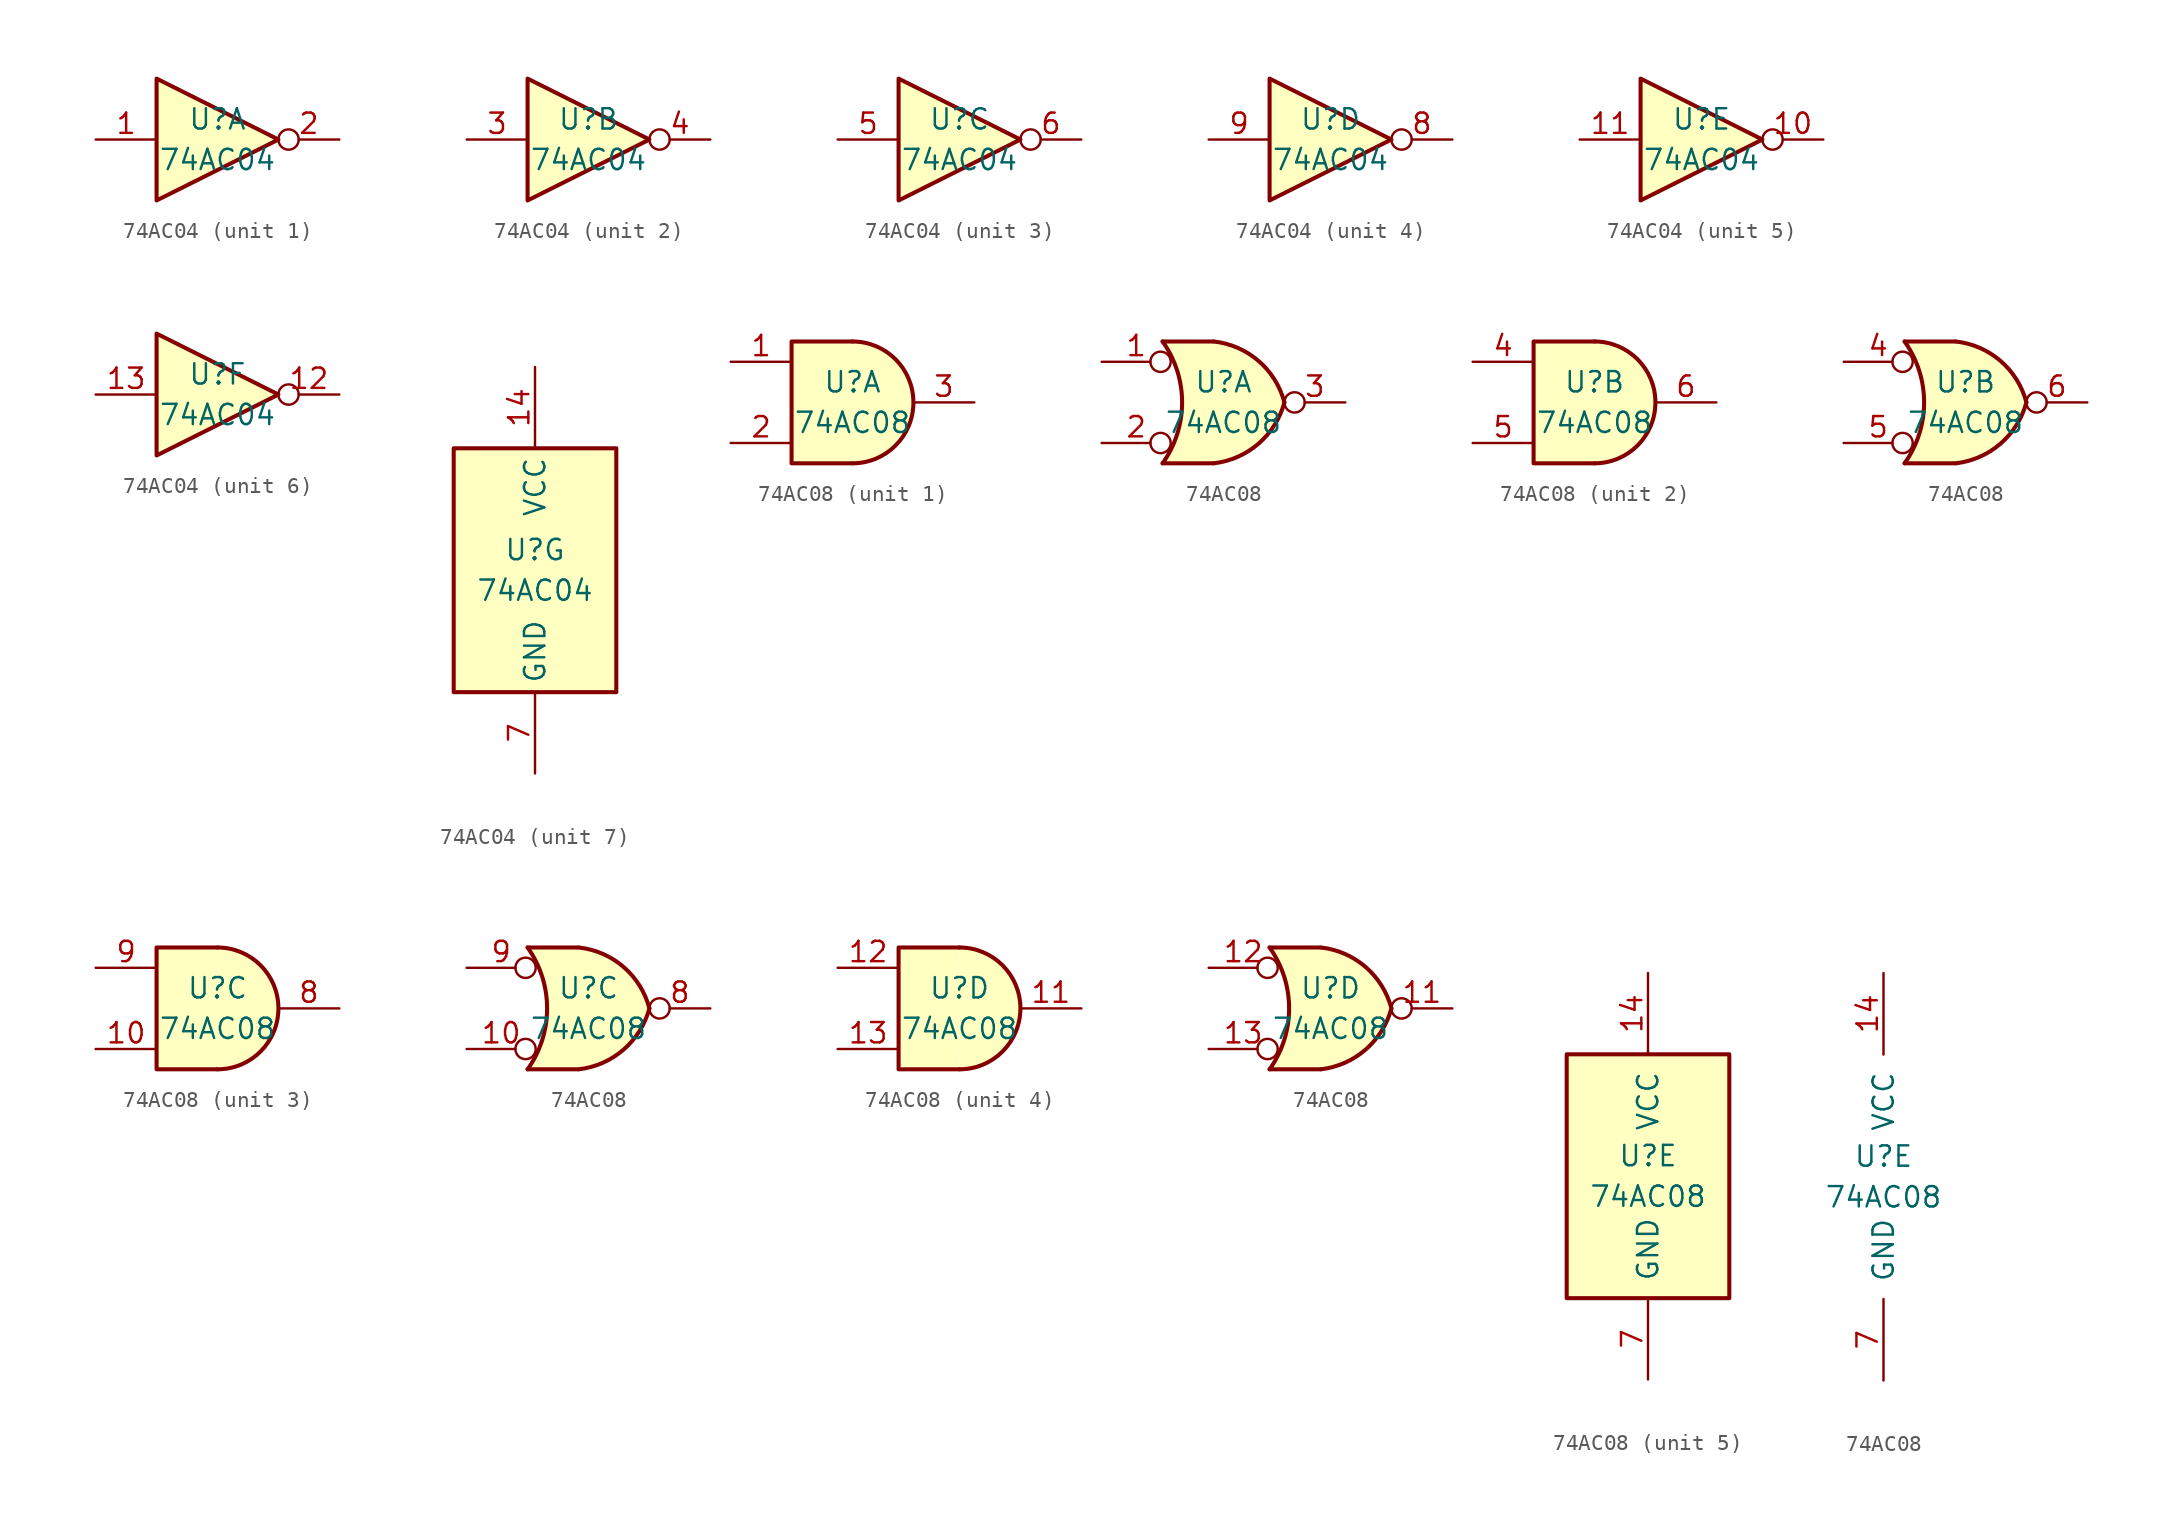
<source format=kicad_sym>
(kicad_symbol_lib
  (version 20211014)
  (generator kicad_symbol_editor)
  (symbol "74AC04"
    (property "Reference" "U"
      (at 0 1.27 0)
      (effects (font (size 1.27 1.27))))
    (property "Value" "74AC04"
      (at 0 -1.27 0)
      (effects (font (size 1.27 1.27))))
    (property "ki_locked" ""
      (at 0 0 0)
      (effects (font (size 1.27 1.27))))
    (symbol "74AC04_1_0"
      (polyline (pts (xy -3.81 3.81) (xy -3.81 -3.81) (xy 3.81 0) (xy -3.81 3.81)) (stroke (width 0.254) (type default) (color 0 0 0 0)) (fill (type background)))
      (pin input line (at -7.62 0 0) (length 3.81) (name "~" (effects (font (size 1.27 1.27)))) (number "1" (effects (font (size 1.27 1.27)))))
      (pin output inverted (at 7.62 0 180) (length 3.81) (name "~" (effects (font (size 1.27 1.27)))) (number "2" (effects (font (size 1.27 1.27))))))
    (symbol "74AC04_2_0"
      (polyline (pts (xy -3.81 3.81) (xy -3.81 -3.81) (xy 3.81 0) (xy -3.81 3.81)) (stroke (width 0.254) (type default) (color 0 0 0 0)) (fill (type background)))
      (pin input line (at -7.62 0 0) (length 3.81) (name "~" (effects (font (size 1.27 1.27)))) (number "3" (effects (font (size 1.27 1.27)))))
      (pin output inverted (at 7.62 0 180) (length 3.81) (name "~" (effects (font (size 1.27 1.27)))) (number "4" (effects (font (size 1.27 1.27))))))
    (symbol "74AC04_3_0"
      (polyline (pts (xy -3.81 3.81) (xy -3.81 -3.81) (xy 3.81 0) (xy -3.81 3.81)) (stroke (width 0.254) (type default) (color 0 0 0 0)) (fill (type background)))
      (pin input line (at -7.62 0 0) (length 3.81) (name "~" (effects (font (size 1.27 1.27)))) (number "5" (effects (font (size 1.27 1.27)))))
      (pin output inverted (at 7.62 0 180) (length 3.81) (name "~" (effects (font (size 1.27 1.27)))) (number "6" (effects (font (size 1.27 1.27))))))
    (symbol "74AC04_4_0"
      (polyline (pts (xy -3.81 3.81) (xy -3.81 -3.81) (xy 3.81 0) (xy -3.81 3.81)) (stroke (width 0.254) (type default) (color 0 0 0 0)) (fill (type background)))
      (pin output inverted (at 7.62 0 180) (length 3.81) (name "~" (effects (font (size 1.27 1.27)))) (number "8" (effects (font (size 1.27 1.27)))))
      (pin input line (at -7.62 0 0) (length 3.81) (name "~" (effects (font (size 1.27 1.27)))) (number "9" (effects (font (size 1.27 1.27))))))
    (symbol "74AC04_5_0"
      (polyline (pts (xy -3.81 3.81) (xy -3.81 -3.81) (xy 3.81 0) (xy -3.81 3.81)) (stroke (width 0.254) (type default) (color 0 0 0 0)) (fill (type background)))
      (pin output inverted (at 7.62 0 180) (length 3.81) (name "~" (effects (font (size 1.27 1.27)))) (number "10" (effects (font (size 1.27 1.27)))))
      (pin input line (at -7.62 0 0) (length 3.81) (name "~" (effects (font (size 1.27 1.27)))) (number "11" (effects (font (size 1.27 1.27))))))
    (symbol "74AC04_6_0"
      (polyline (pts (xy -3.81 3.81) (xy -3.81 -3.81) (xy 3.81 0) (xy -3.81 3.81)) (stroke (width 0.254) (type default) (color 0 0 0 0)) (fill (type background)))
      (pin output inverted (at 7.62 0 180) (length 3.81) (name "~" (effects (font (size 1.27 1.27)))) (number "12" (effects (font (size 1.27 1.27)))))
      (pin input line (at -7.62 0 0) (length 3.81) (name "~" (effects (font (size 1.27 1.27)))) (number "13" (effects (font (size 1.27 1.27))))))
    (symbol "74AC04_7_0"
      (pin power_in line (at 0 12.7 270) (length 5.08) (name "VCC" (effects (font (size 1.27 1.27)))) (number "14" (effects (font (size 1.27 1.27)))))
      (pin power_in line (at 0 -12.7 90) (length 5.08) (name "GND" (effects (font (size 1.27 1.27)))) (number "7" (effects (font (size 1.27 1.27))))))
    (symbol "74AC04_7_1"
      (rectangle (start -5.08 7.62) (end 5.08 -7.62) (stroke (width 0.254) (type default) (color 0 0 0 0)) (fill (type background)))))
  (symbol "74AC08"
    (pin_names
      (offset 1.016))
    (property "Reference" "U"
      (at 0 1.27 0)
      (effects (font (size 1.27 1.27))))
    (property "Value" "74AC08"
      (at 0 -1.27 0)
      (effects (font (size 1.27 1.27))))
    (property "ki_locked" ""
      (at 0 0 0)
      (effects (font (size 1.27 1.27))))
    (symbol "74AC08_1_1"
      (arc (start 0 -3.81) (mid 3.81 0) (end 0 3.81) (stroke (width 0.254) (type default) (color 0 0 0 0)) (fill (type background)))
      (polyline (pts (xy 0 3.81) (xy -3.81 3.81) (xy -3.81 -3.81) (xy 0 -3.81)) (stroke (width 0.254) (type default) (color 0 0 0 0)) (fill (type background)))
      (pin input line (at -7.62 2.54 0) (length 3.81) (name "~" (effects (font (size 1.27 1.27)))) (number "1" (effects (font (size 1.27 1.27)))))
      (pin input line (at -7.62 -2.54 0) (length 3.81) (name "~" (effects (font (size 1.27 1.27)))) (number "2" (effects (font (size 1.27 1.27)))))
      (pin output line (at 7.62 0 180) (length 3.81) (name "~" (effects (font (size 1.27 1.27)))) (number "3" (effects (font (size 1.27 1.27))))))
    (symbol "74AC08_1_2"
      (arc (start -3.81 -3.81) (mid -2.589 0) (end -3.81 3.81) (stroke (width 0.254) (type default) (color 0 0 0 0)) (fill (type none)))
      (arc (start -0.6096 -3.81) (mid 2.1842 -2.5851) (end 3.81 0) (stroke (width 0.254) (type default) (color 0 0 0 0)) (fill (type background)))
      (polyline (pts (xy -3.81 -3.81) (xy -0.635 -3.81)) (stroke (width 0.254) (type default) (color 0 0 0 0)) (fill (type background)))
      (polyline (pts (xy -3.81 3.81) (xy -0.635 3.81)) (stroke (width 0.254) (type default) (color 0 0 0 0)) (fill (type background)))
      (polyline (pts (xy -0.635 3.81) (xy -3.81 3.81) (xy -3.81 3.81) (xy -3.556 3.404) (xy -3.023 2.261) (xy -2.692 1.041) (xy -2.616 -0.254) (xy -2.769 -1.499) (xy -3.175 -2.718) (xy -3.81 -3.81) (xy -3.81 -3.81) (xy -0.635 -3.81)) (stroke (width -25.4) (type default) (color 0 0 0 0)) (fill (type background)))
      (arc (start 3.81 0) (mid 2.1915 2.5936) (end -0.6096 3.81) (stroke (width 0.254) (type default) (color 0 0 0 0)) (fill (type background)))
      (pin input inverted (at -7.62 2.54 0) (length 4.318) (name "~" (effects (font (size 1.27 1.27)))) (number "1" (effects (font (size 1.27 1.27)))))
      (pin input inverted (at -7.62 -2.54 0) (length 4.318) (name "~" (effects (font (size 1.27 1.27)))) (number "2" (effects (font (size 1.27 1.27)))))
      (pin output inverted (at 7.62 0 180) (length 3.81) (name "~" (effects (font (size 1.27 1.27)))) (number "3" (effects (font (size 1.27 1.27))))))
    (symbol "74AC08_2_1"
      (arc (start 0 -3.81) (mid 3.81 0) (end 0 3.81) (stroke (width 0.254) (type default) (color 0 0 0 0)) (fill (type background)))
      (polyline (pts (xy 0 3.81) (xy -3.81 3.81) (xy -3.81 -3.81) (xy 0 -3.81)) (stroke (width 0.254) (type default) (color 0 0 0 0)) (fill (type background)))
      (pin input line (at -7.62 2.54 0) (length 3.81) (name "~" (effects (font (size 1.27 1.27)))) (number "4" (effects (font (size 1.27 1.27)))))
      (pin input line (at -7.62 -2.54 0) (length 3.81) (name "~" (effects (font (size 1.27 1.27)))) (number "5" (effects (font (size 1.27 1.27)))))
      (pin output line (at 7.62 0 180) (length 3.81) (name "~" (effects (font (size 1.27 1.27)))) (number "6" (effects (font (size 1.27 1.27))))))
    (symbol "74AC08_2_2"
      (arc (start -3.81 -3.81) (mid -2.589 0) (end -3.81 3.81) (stroke (width 0.254) (type default) (color 0 0 0 0)) (fill (type none)))
      (arc (start -0.6096 -3.81) (mid 2.1842 -2.5851) (end 3.81 0) (stroke (width 0.254) (type default) (color 0 0 0 0)) (fill (type background)))
      (polyline (pts (xy -3.81 -3.81) (xy -0.635 -3.81)) (stroke (width 0.254) (type default) (color 0 0 0 0)) (fill (type background)))
      (polyline (pts (xy -3.81 3.81) (xy -0.635 3.81)) (stroke (width 0.254) (type default) (color 0 0 0 0)) (fill (type background)))
      (polyline (pts (xy -0.635 3.81) (xy -3.81 3.81) (xy -3.81 3.81) (xy -3.556 3.404) (xy -3.023 2.261) (xy -2.692 1.041) (xy -2.616 -0.254) (xy -2.769 -1.499) (xy -3.175 -2.718) (xy -3.81 -3.81) (xy -3.81 -3.81) (xy -0.635 -3.81)) (stroke (width -25.4) (type default) (color 0 0 0 0)) (fill (type background)))
      (arc (start 3.81 0) (mid 2.1915 2.5936) (end -0.6096 3.81) (stroke (width 0.254) (type default) (color 0 0 0 0)) (fill (type background)))
      (pin input inverted (at -7.62 2.54 0) (length 4.318) (name "~" (effects (font (size 1.27 1.27)))) (number "4" (effects (font (size 1.27 1.27)))))
      (pin input inverted (at -7.62 -2.54 0) (length 4.318) (name "~" (effects (font (size 1.27 1.27)))) (number "5" (effects (font (size 1.27 1.27)))))
      (pin output inverted (at 7.62 0 180) (length 3.81) (name "~" (effects (font (size 1.27 1.27)))) (number "6" (effects (font (size 1.27 1.27))))))
    (symbol "74AC08_3_1"
      (arc (start 0 -3.81) (mid 3.81 0) (end 0 3.81) (stroke (width 0.254) (type default) (color 0 0 0 0)) (fill (type background)))
      (polyline (pts (xy 0 3.81) (xy -3.81 3.81) (xy -3.81 -3.81) (xy 0 -3.81)) (stroke (width 0.254) (type default) (color 0 0 0 0)) (fill (type background)))
      (pin input line (at -7.62 -2.54 0) (length 3.81) (name "~" (effects (font (size 1.27 1.27)))) (number "10" (effects (font (size 1.27 1.27)))))
      (pin output line (at 7.62 0 180) (length 3.81) (name "~" (effects (font (size 1.27 1.27)))) (number "8" (effects (font (size 1.27 1.27)))))
      (pin input line (at -7.62 2.54 0) (length 3.81) (name "~" (effects (font (size 1.27 1.27)))) (number "9" (effects (font (size 1.27 1.27))))))
    (symbol "74AC08_3_2"
      (arc (start -3.81 -3.81) (mid -2.589 0) (end -3.81 3.81) (stroke (width 0.254) (type default) (color 0 0 0 0)) (fill (type none)))
      (arc (start -0.6096 -3.81) (mid 2.1842 -2.5851) (end 3.81 0) (stroke (width 0.254) (type default) (color 0 0 0 0)) (fill (type background)))
      (polyline (pts (xy -3.81 -3.81) (xy -0.635 -3.81)) (stroke (width 0.254) (type default) (color 0 0 0 0)) (fill (type background)))
      (polyline (pts (xy -3.81 3.81) (xy -0.635 3.81)) (stroke (width 0.254) (type default) (color 0 0 0 0)) (fill (type background)))
      (polyline (pts (xy -0.635 3.81) (xy -3.81 3.81) (xy -3.81 3.81) (xy -3.556 3.404) (xy -3.023 2.261) (xy -2.692 1.041) (xy -2.616 -0.254) (xy -2.769 -1.499) (xy -3.175 -2.718) (xy -3.81 -3.81) (xy -3.81 -3.81) (xy -0.635 -3.81)) (stroke (width -25.4) (type default) (color 0 0 0 0)) (fill (type background)))
      (arc (start 3.81 0) (mid 2.1915 2.5936) (end -0.6096 3.81) (stroke (width 0.254) (type default) (color 0 0 0 0)) (fill (type background)))
      (pin input inverted (at -7.62 -2.54 0) (length 4.318) (name "~" (effects (font (size 1.27 1.27)))) (number "10" (effects (font (size 1.27 1.27)))))
      (pin output inverted (at 7.62 0 180) (length 3.81) (name "~" (effects (font (size 1.27 1.27)))) (number "8" (effects (font (size 1.27 1.27)))))
      (pin input inverted (at -7.62 2.54 0) (length 4.318) (name "~" (effects (font (size 1.27 1.27)))) (number "9" (effects (font (size 1.27 1.27))))))
    (symbol "74AC08_4_1"
      (arc (start 0 -3.81) (mid 3.81 0) (end 0 3.81) (stroke (width 0.254) (type default) (color 0 0 0 0)) (fill (type background)))
      (polyline (pts (xy 0 3.81) (xy -3.81 3.81) (xy -3.81 -3.81) (xy 0 -3.81)) (stroke (width 0.254) (type default) (color 0 0 0 0)) (fill (type background)))
      (pin output line (at 7.62 0 180) (length 3.81) (name "~" (effects (font (size 1.27 1.27)))) (number "11" (effects (font (size 1.27 1.27)))))
      (pin input line (at -7.62 2.54 0) (length 3.81) (name "~" (effects (font (size 1.27 1.27)))) (number "12" (effects (font (size 1.27 1.27)))))
      (pin input line (at -7.62 -2.54 0) (length 3.81) (name "~" (effects (font (size 1.27 1.27)))) (number "13" (effects (font (size 1.27 1.27))))))
    (symbol "74AC08_4_2"
      (arc (start -3.81 -3.81) (mid -2.589 0) (end -3.81 3.81) (stroke (width 0.254) (type default) (color 0 0 0 0)) (fill (type none)))
      (arc (start -0.6096 -3.81) (mid 2.1842 -2.5851) (end 3.81 0) (stroke (width 0.254) (type default) (color 0 0 0 0)) (fill (type background)))
      (polyline (pts (xy -3.81 -3.81) (xy -0.635 -3.81)) (stroke (width 0.254) (type default) (color 0 0 0 0)) (fill (type background)))
      (polyline (pts (xy -3.81 3.81) (xy -0.635 3.81)) (stroke (width 0.254) (type default) (color 0 0 0 0)) (fill (type background)))
      (polyline (pts (xy -0.635 3.81) (xy -3.81 3.81) (xy -3.81 3.81) (xy -3.556 3.404) (xy -3.023 2.261) (xy -2.692 1.041) (xy -2.616 -0.254) (xy -2.769 -1.499) (xy -3.175 -2.718) (xy -3.81 -3.81) (xy -3.81 -3.81) (xy -0.635 -3.81)) (stroke (width -25.4) (type default) (color 0 0 0 0)) (fill (type background)))
      (arc (start 3.81 0) (mid 2.1915 2.5936) (end -0.6096 3.81) (stroke (width 0.254) (type default) (color 0 0 0 0)) (fill (type background)))
      (pin output inverted (at 7.62 0 180) (length 3.81) (name "~" (effects (font (size 1.27 1.27)))) (number "11" (effects (font (size 1.27 1.27)))))
      (pin input inverted (at -7.62 2.54 0) (length 4.318) (name "~" (effects (font (size 1.27 1.27)))) (number "12" (effects (font (size 1.27 1.27)))))
      (pin input inverted (at -7.62 -2.54 0) (length 4.318) (name "~" (effects (font (size 1.27 1.27)))) (number "13" (effects (font (size 1.27 1.27))))))
    (symbol "74AC08_5_0"
      (pin power_in line (at 0 12.7 270) (length 5.08) (name "VCC" (effects (font (size 1.27 1.27)))) (number "14" (effects (font (size 1.27 1.27)))))
      (pin power_in line (at 0 -12.7 90) (length 5.08) (name "GND" (effects (font (size 1.27 1.27)))) (number "7" (effects (font (size 1.27 1.27))))))
    (symbol "74AC08_5_1"
      (rectangle (start -5.08 7.62) (end 5.08 -7.62) (stroke (width 0.254) (type default) (color 0 0 0 0)) (fill (type background))))))
</source>
